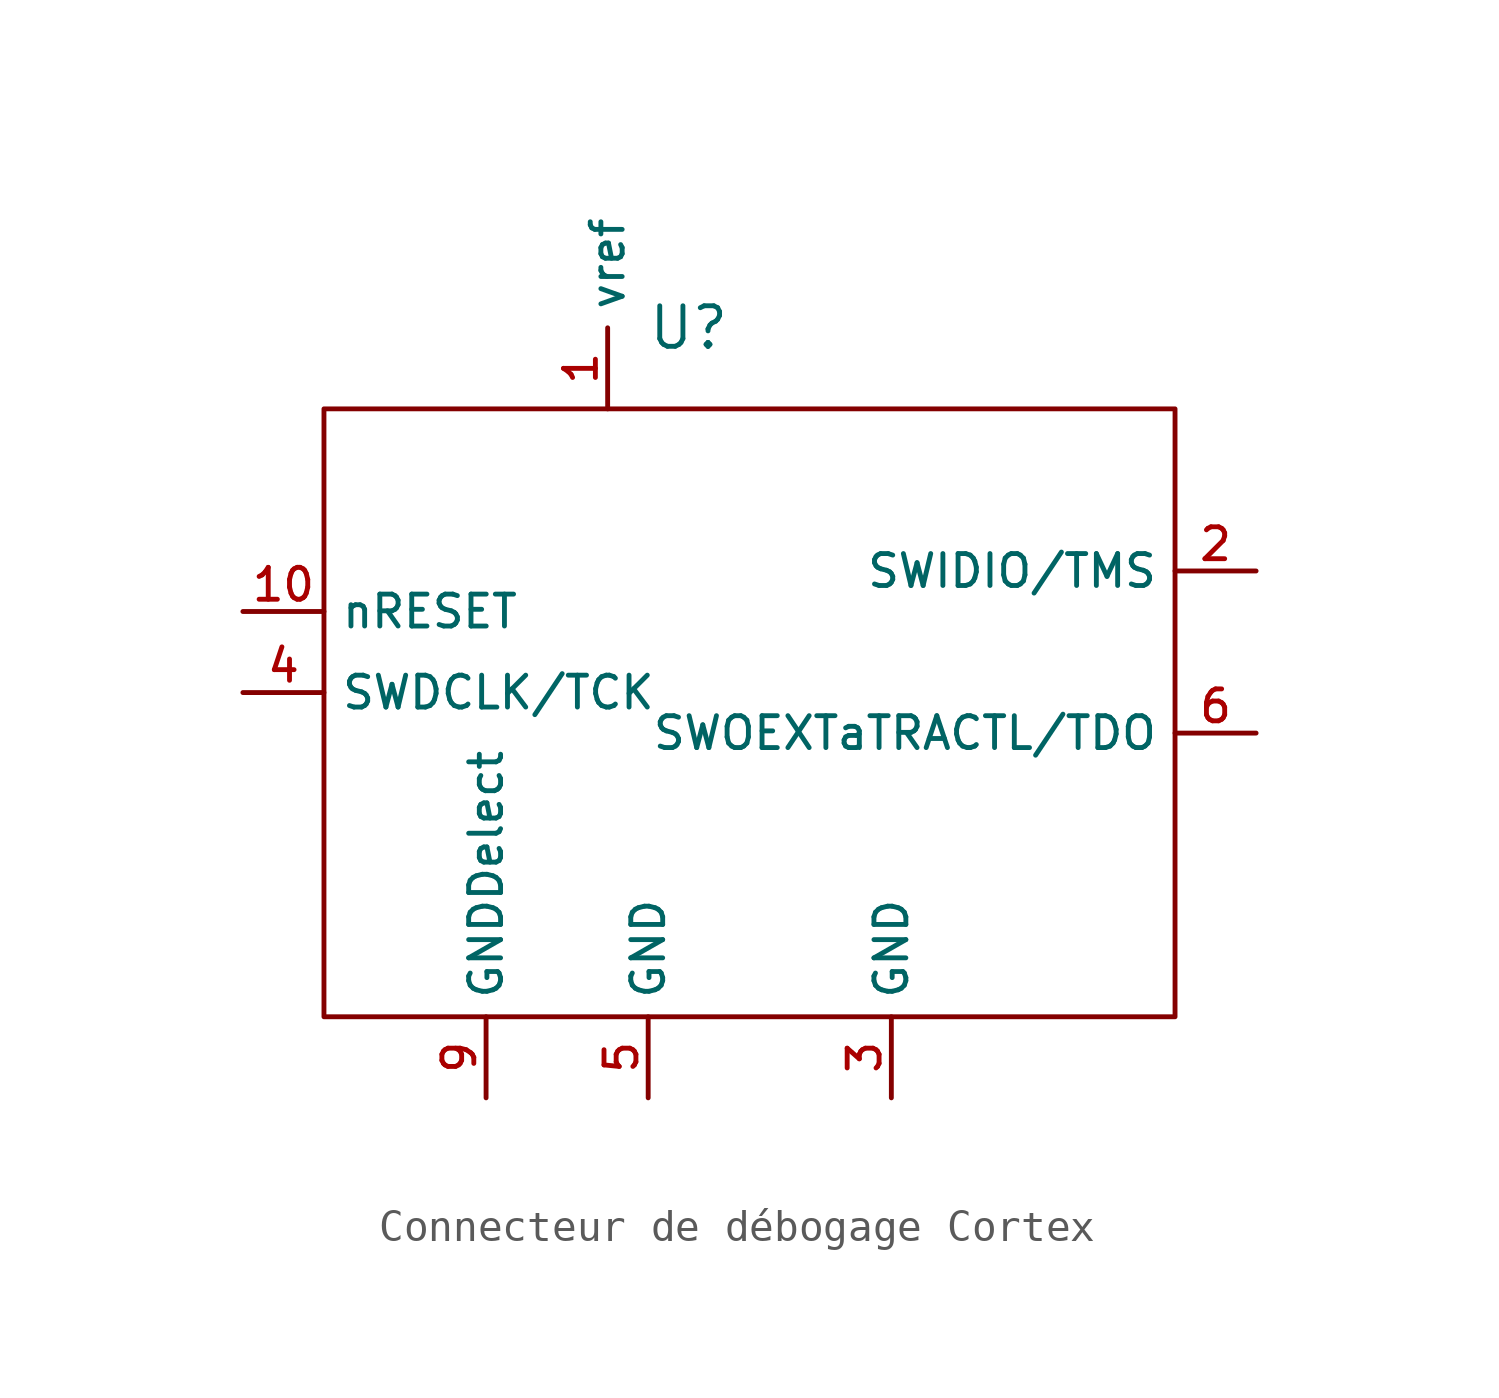
<source format=kicad_sym>
(kicad_symbol_lib
  (version 20220914)
  (generator kicad_symbol_editor)
  (symbol "Connecteur de débogage Cortex "
    (property "Reference" "U"
      (at 1.27 12.7 0)
      (effects (font (size 1.27 1.27))))
    (property "Value" ""
      (at 5.08 6.35 0)
      (effects (font (size 1.27 1.27))))
    (symbol "Connecteur de débogage Cortex _0_1"
      (rectangle (start -10.16 10.16) (end 16.51 -8.89) (stroke (width 0) (type default)) (fill (type none))))
    (symbol "Connecteur de débogage Cortex _1_1"
      (pin power_in line (at -1.27 10.16 90) (length 2.54) (name "vref" (effects (font (size 1 1)))) (number "1" (effects (font (size 1 1)))))
      (pin input line (at -12.7 3.81 0) (length 2.54) (name "nRESET" (effects (font (size 1 1)))) (number "10" (effects (font (size 1 1)))))
      (pin bidirectional line (at 19.05 5.08 180) (length 2.54) (name "SWIDIO/TMS" (effects (font (size 1 1)))) (number "2" (effects (font (size 1 1)))))
      (pin power_out line (at 7.62 -11.43 90) (length 2.54) (name "GND" (effects (font (size 1 1)))) (number "3" (effects (font (size 1 1)))))
      (pin input line (at -12.7 1.27 0) (length 2.54) (name "SWDCLK/TCK" (effects (font (size 1 1)))) (number "4" (effects (font (size 1 1)))))
      (pin power_out line (at 0 -11.43 90) (length 2.54) (name "GND" (effects (font (size 1 1)))) (number "5" (effects (font (size 1 1)))))
      (pin output line (at 19.05 0 180) (length 2.54) (name "SWOEXTaTRACTL/TDO" (effects (font (size 1 1)))) (number "6" (effects (font (size 1 1)))))
      (pin power_out line (at -5.08 -11.43 90) (length 2.54) (name "GNDDelect" (effects (font (size 1 1)))) (number "9" (effects (font (size 1 1))))))))
</source>
